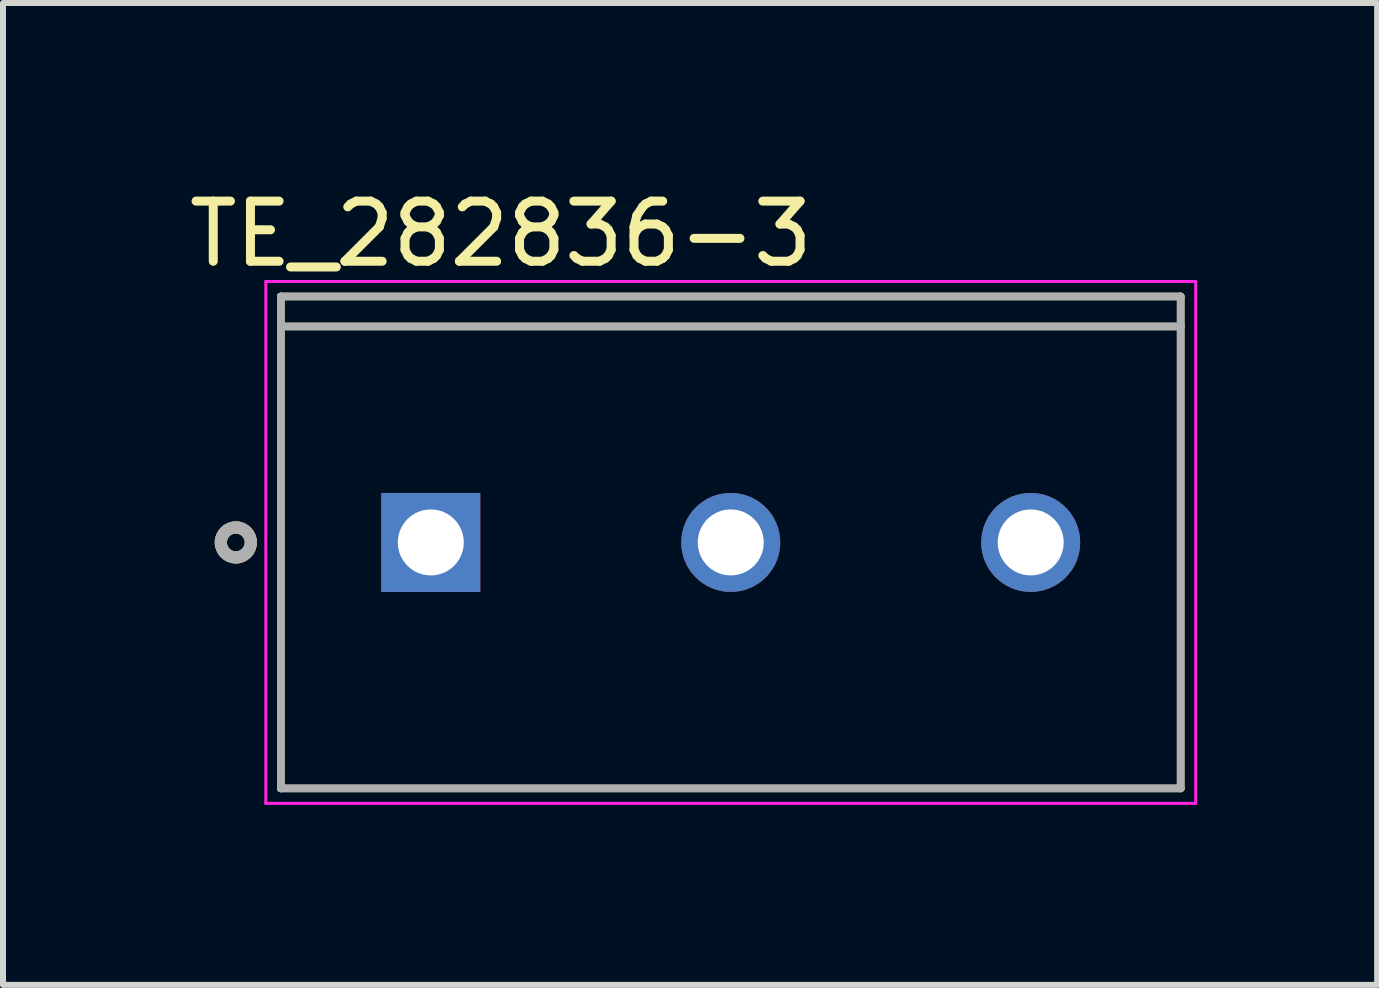
<source format=kicad_pcb>
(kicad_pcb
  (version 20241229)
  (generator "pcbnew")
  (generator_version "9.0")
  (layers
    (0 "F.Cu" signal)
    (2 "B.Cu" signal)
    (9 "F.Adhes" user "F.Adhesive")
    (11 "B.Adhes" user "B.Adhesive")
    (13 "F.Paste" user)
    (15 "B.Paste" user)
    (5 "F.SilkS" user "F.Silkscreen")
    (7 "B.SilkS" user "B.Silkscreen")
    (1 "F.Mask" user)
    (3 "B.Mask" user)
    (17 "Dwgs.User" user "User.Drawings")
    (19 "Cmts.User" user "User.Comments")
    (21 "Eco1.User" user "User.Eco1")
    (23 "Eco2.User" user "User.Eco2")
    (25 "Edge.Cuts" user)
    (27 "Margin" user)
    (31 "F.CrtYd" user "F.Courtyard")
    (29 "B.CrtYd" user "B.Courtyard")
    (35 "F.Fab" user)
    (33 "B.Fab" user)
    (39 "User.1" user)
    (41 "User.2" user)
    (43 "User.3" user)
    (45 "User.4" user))
  (footprint "TE_282836-3"
    (layer "F.Cu")
    (at 9.131 5.992)
    (property "Reference" "TE_282836-3" (at -3.831 -5.143 0) (layer "F.SilkS") (effects (font (size 1.002 1.002) (thickness 0.15))))
    (attr through_hole)
    (fp_line (start -7.5 -4.1) (end 7.5 -4.1) (stroke (width 0.127) (type solid)) (layer "F.SilkS"))
    (fp_line (start -7.5 -3.6) (end 7.5 -3.6) (stroke (width 0.127) (type solid)) (layer "F.SilkS"))
    (fp_line (start -7.5 4.1) (end -7.5 -4.1) (stroke (width 0.127) (type solid)) (layer "F.SilkS"))
    (fp_line (start 7.5 -4.1) (end 7.5 -3.6) (stroke (width 0.127) (type solid)) (layer "F.SilkS"))
    (fp_line (start 7.5 -3.6) (end 7.5 4.1) (stroke (width 0.127) (type solid)) (layer "F.SilkS"))
    (fp_line (start 7.5 4.1) (end -7.5 4.1) (stroke (width 0.127) (type solid)) (layer "F.SilkS"))
    (fp_circle (center -8.25 0) (end -8 0) (stroke (width 0.203) (type solid)) (fill no) (layer "F.SilkS"))
    (fp_line (start -7.75 -4.35) (end 7.75 -4.35) (stroke (width 0.05) (type solid)) (layer "F.CrtYd"))
    (fp_line (start -7.75 4.35) (end -7.75 -4.35) (stroke (width 0.05) (type solid)) (layer "F.CrtYd"))
    (fp_line (start 7.75 -4.35) (end 7.75 4.35) (stroke (width 0.05) (type solid)) (layer "F.CrtYd"))
    (fp_line (start 7.75 4.35) (end -7.75 4.35) (stroke (width 0.05) (type solid)) (layer "F.CrtYd"))
    (fp_line (start -7.5 -4.1) (end 7.5 -4.1) (stroke (width 0.127) (type solid)) (layer "F.Fab"))
    (fp_line (start -7.5 -3.6) (end 7.5 -3.6) (stroke (width 0.127) (type solid)) (layer "F.Fab"))
    (fp_line (start -7.5 4.1) (end -7.5 -4.1) (stroke (width 0.127) (type solid)) (layer "F.Fab"))
    (fp_line (start 7.5 -4.1) (end 7.5 -3.6) (stroke (width 0.127) (type solid)) (layer "F.Fab"))
    (fp_line (start 7.5 -3.6) (end 7.5 4.1) (stroke (width 0.127) (type solid)) (layer "F.Fab"))
    (fp_line (start 7.5 4.1) (end -7.5 4.1) (stroke (width 0.127) (type solid)) (layer "F.Fab"))
    (fp_circle (center -8.25 0) (end -8 0) (stroke (width 0.203) (type solid)) (fill no) (layer "F.Fab"))
    (pad "1" thru_hole rect (at -5 0) (size 1.65 1.65) (drill 1.1) (layers "*.Cu" "*.Mask"))
    (pad "2" thru_hole circle (at 0 0) (size 1.65 1.65) (drill 1.1) (layers "*.Cu" "*.Mask"))
    (pad "3" thru_hole circle (at 5 0) (size 1.65 1.65) (drill 1.1) (layers "*.Cu" "*.Mask")))
  (gr_rect
    (start -3 -3)
    (end 19.906 13.367)
    (stroke (width 0.1) (type default))
    (fill no)
    (layer "Edge.Cuts")))
</source>
